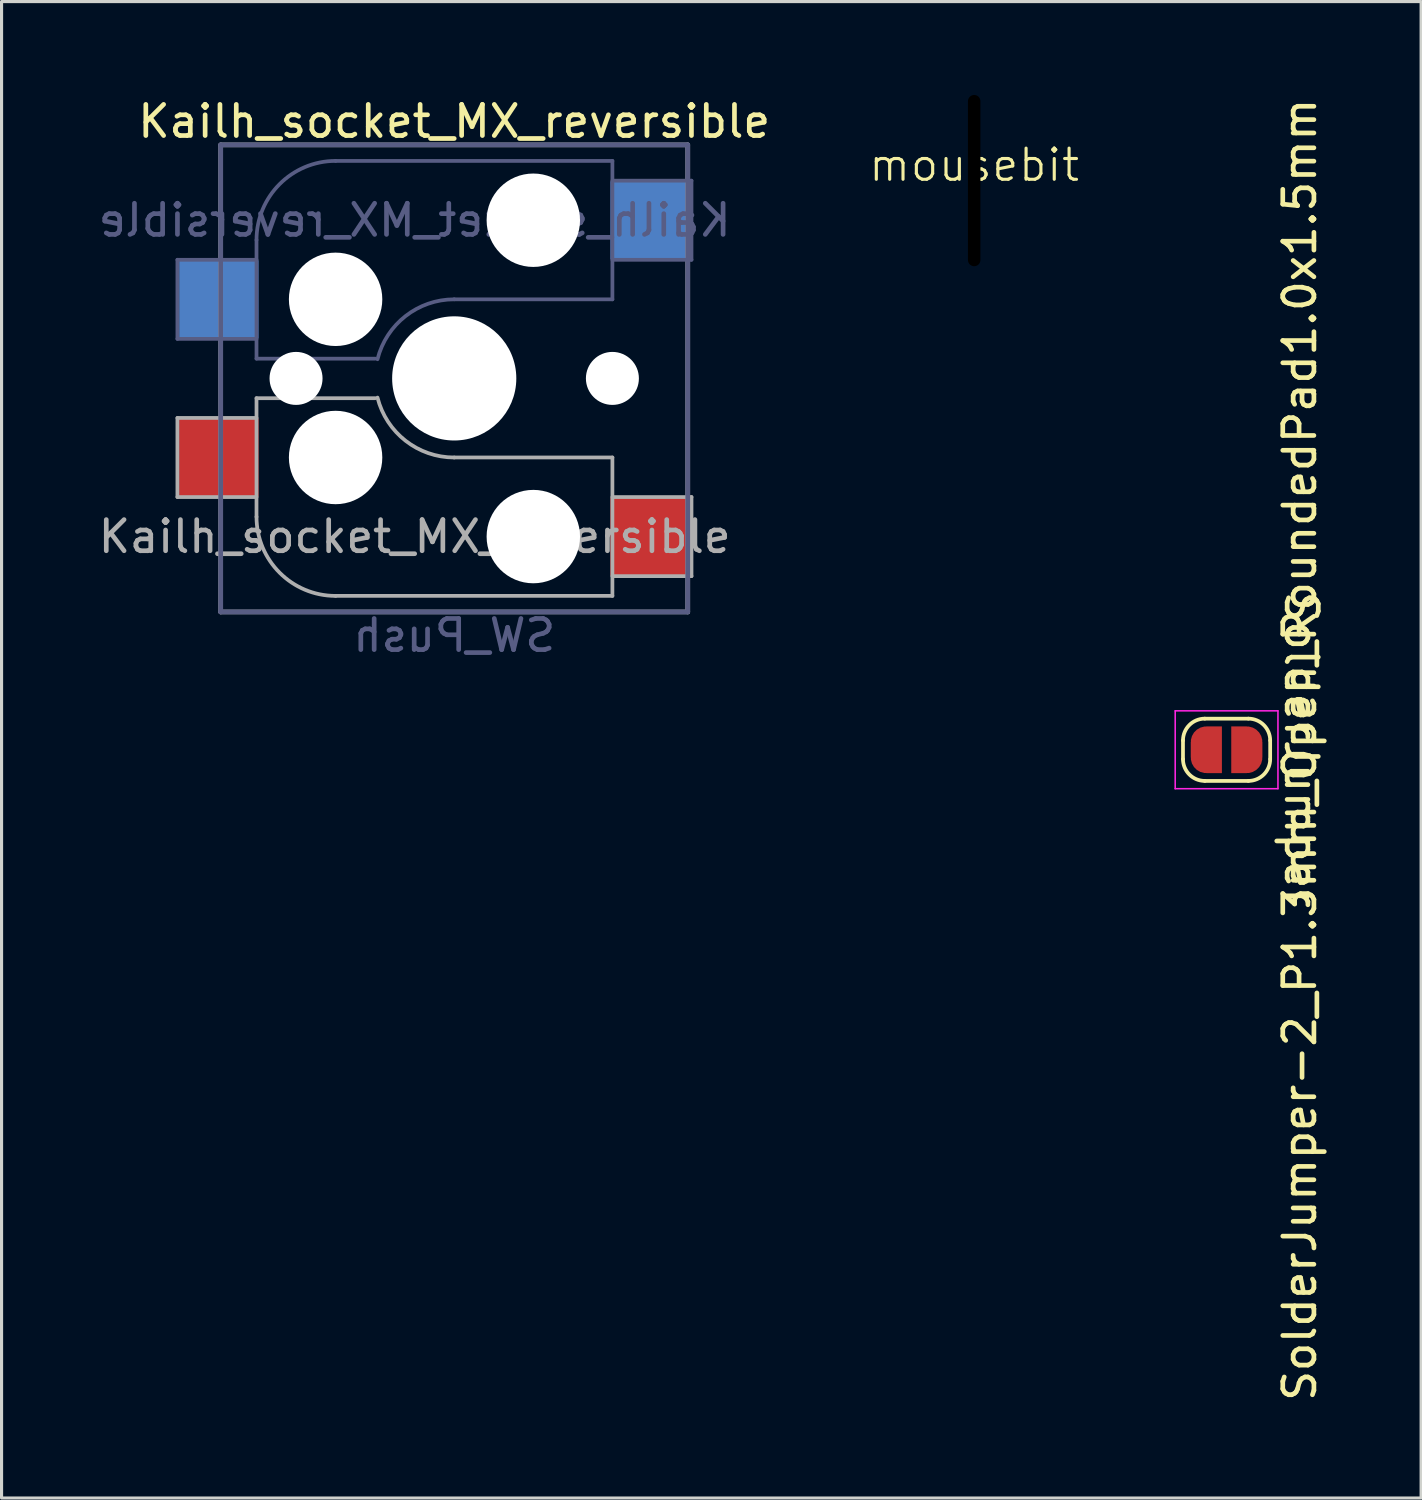
<source format=kicad_pcb>
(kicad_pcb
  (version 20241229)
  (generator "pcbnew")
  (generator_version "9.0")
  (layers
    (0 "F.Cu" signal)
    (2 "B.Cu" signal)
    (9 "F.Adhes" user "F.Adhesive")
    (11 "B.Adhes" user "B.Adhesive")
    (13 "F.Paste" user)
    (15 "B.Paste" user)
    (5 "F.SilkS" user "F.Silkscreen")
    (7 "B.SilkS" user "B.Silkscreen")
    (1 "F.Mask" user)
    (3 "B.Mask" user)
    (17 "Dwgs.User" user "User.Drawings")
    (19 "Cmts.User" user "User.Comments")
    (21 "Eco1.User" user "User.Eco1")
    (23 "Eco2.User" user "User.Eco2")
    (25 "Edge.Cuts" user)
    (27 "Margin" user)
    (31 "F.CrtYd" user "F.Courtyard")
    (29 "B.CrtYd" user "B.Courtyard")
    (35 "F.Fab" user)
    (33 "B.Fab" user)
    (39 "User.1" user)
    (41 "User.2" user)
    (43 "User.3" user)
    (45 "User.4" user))
  (footprint "SolderJumper-2_P1.3mm_Open_RoundedPad1.0x1.5mm"
    (layer "F.Cu")
    (at 36.343 21.03)
    (property "Reference" "SolderJumper-2_P1.3mm_Open_RoundedPad1.0x1.5mm" (at 2.35 0 90) (layer "F.SilkS") (effects (font (size 1 1) (thickness 0.15))))
    (attr exclude_from_pos_files)
    (fp_line (start -1.4 0.3) (end -1.4 -0.3) (stroke (width 0.12) (type solid)) (layer "F.SilkS"))
    (fp_line (start -0.7 -1) (end 0.7 -1) (stroke (width 0.12) (type solid)) (layer "F.SilkS"))
    (fp_line (start 0.7 1) (end -0.7 1) (stroke (width 0.12) (type solid)) (layer "F.SilkS"))
    (fp_line (start 1.4 -0.3) (end 1.4 0.3) (stroke (width 0.12) (type solid)) (layer "F.SilkS"))
    (fp_arc (start -1.4 -0.3) (mid -1.194975 -0.794975) (end -0.7 -1) (stroke (width 0.12) (type solid)) (layer "F.SilkS"))
    (fp_arc (start -0.7 1) (mid -1.194975 0.794975) (end -1.4 0.3) (stroke (width 0.12) (type solid)) (layer "F.SilkS"))
    (fp_arc (start 0.7 -1) (mid 1.194975 -0.794975) (end 1.4 -0.3) (stroke (width 0.12) (type solid)) (layer "F.SilkS"))
    (fp_arc (start 1.4 0.3) (mid 1.194975 0.794975) (end 0.7 1) (stroke (width 0.12) (type solid)) (layer "F.SilkS"))
    (fp_line (start -1.65 -1.25) (end -1.65 1.25) (stroke (width 0.05) (type solid)) (layer "F.CrtYd"))
    (fp_line (start -1.65 -1.25) (end 1.65 -1.25) (stroke (width 0.05) (type solid)) (layer "F.CrtYd"))
    (fp_line (start 1.65 1.25) (end -1.65 1.25) (stroke (width 0.05) (type solid)) (layer "F.CrtYd"))
    (fp_line (start 1.65 1.25) (end 1.65 -1.25) (stroke (width 0.05) (type solid)) (layer "F.CrtYd"))
    (fp_text user "SolderJumper" (at 2.4 0 270) (unlocked yes) (layer "F.SilkS") (effects (font (size 1 1) (thickness 0.15))))
    (pad "1" smd custom (at -0.65 0) (size 1 0.5) (layers "F.Cu" "F.Mask") (options (anchor rect)) (primitives (gr_circle (center 0 0.25) (end 0.5 0.25) (width 0) (fill yes)) (gr_circle (center 0 -0.25) (end 0.5 -0.25) (width 0) (fill yes)) (gr_poly (pts (xy 0.5 0.75) (xy 0 0.75) (xy 0 -0.75) (xy 0.5 -0.75)) (width 0) (fill yes))))
    (pad "2" smd custom (at 0.65 0) (size 1 0.5) (layers "F.Cu" "F.Mask") (options (anchor rect)) (primitives (gr_circle (center 0 0.25) (end 0.5 0.25) (width 0) (fill yes)) (gr_circle (center 0 -0.25) (end 0.5 -0.25) (width 0) (fill yes)) (gr_poly (pts (xy 0 0.75) (xy -0.5 0.75) (xy -0.5 -0.75) (xy 0 -0.75)) (width 0) (fill yes)))))
  (footprint "mousebit"
    (layer "F.Cu")
    (at 28.237 2.75)
    (property "Reference" "mousebit" (at 0 -0.5 0) (unlocked yes) (layer "F.SilkS") (effects (font (size 1 1) (thickness 0.1))))
    (attr smd)
    (pad "" np_thru_hole oval (at 0 0) (size 0.4 5.5) (drill oval 0.4 5.5) (layers "*.Mask")))
  (footprint "Kailh_socket_MX_reversible"
    (layer "F.Cu")
    (at 11.538 9.103)
    (property "Reference" "Kailh_socket_MX_reversible" (at 0 -8.255 0) (layer "F.SilkS") (effects (font (size 1 1) (thickness 0.15))))
    (property "Value" "SW_Push" (at 0 8.255 0) (layer "F.Fab") (hide yes) (effects (font (size 1 1) (thickness 0.15))))
    (attr smd)
    (fp_line (start -8.89 -3.81) (end -8.89 -1.27) (stroke (width 0.12) (type solid)) (layer "B.Fab"))
    (fp_line (start -8.89 -1.27) (end -6.35 -1.27) (stroke (width 0.12) (type solid)) (layer "B.Fab"))
    (fp_line (start -7.5 -7.5) (end 7.5 -7.5) (stroke (width 0.15) (type solid)) (layer "B.Fab"))
    (fp_line (start -7.5 7.5) (end -7.5 -7.5) (stroke (width 0.15) (type solid)) (layer "B.Fab"))
    (fp_line (start -6.35 -4.445) (end -6.35 -0.635) (stroke (width 0.12) (type solid)) (layer "B.Fab"))
    (fp_line (start -6.35 -3.81) (end -8.89 -3.81) (stroke (width 0.12) (type solid)) (layer "B.Fab"))
    (fp_line (start -6.35 -0.635) (end -2.54 -0.635) (stroke (width 0.12) (type solid)) (layer "B.Fab"))
    (fp_line (start 0 -2.54) (end 5.08 -2.54) (stroke (width 0.12) (type solid)) (layer "B.Fab"))
    (fp_line (start 5.08 -6.985) (end -3.81 -6.985) (stroke (width 0.12) (type solid)) (layer "B.Fab"))
    (fp_line (start 5.08 -3.81) (end 7.62 -3.81) (stroke (width 0.12) (type solid)) (layer "B.Fab"))
    (fp_line (start 5.08 -2.54) (end 5.08 -6.985) (stroke (width 0.12) (type solid)) (layer "B.Fab"))
    (fp_line (start 7.5 -7.5) (end 7.5 7.5) (stroke (width 0.15) (type solid)) (layer "B.Fab"))
    (fp_line (start 7.5 7.5) (end -7.5 7.5) (stroke (width 0.15) (type solid)) (layer "B.Fab"))
    (fp_line (start 7.62 -6.35) (end 5.08 -6.35) (stroke (width 0.12) (type solid)) (layer "B.Fab"))
    (fp_line (start 7.62 -3.81) (end 7.62 -6.35) (stroke (width 0.12) (type solid)) (layer "B.Fab"))
    (fp_arc (start -6.35 -4.445) (mid -5.606051 -6.241051) (end -3.81 -6.985) (stroke (width 0.12) (type solid)) (layer "B.Fab"))
    (fp_arc (start -2.464162 -0.61604) (mid -1.563147 -2.002042) (end 0 -2.54) (stroke (width 0.12) (type solid)) (layer "B.Fab"))
    (fp_line (start -8.89 1.27) (end -8.89 3.81) (stroke (width 0.12) (type solid)) (layer "F.Fab"))
    (fp_line (start -8.89 3.81) (end -6.35 3.81) (stroke (width 0.12) (type solid)) (layer "F.Fab"))
    (fp_line (start -7.5 -7.5) (end 7.5 -7.5) (stroke (width 0.15) (type solid)) (layer "F.Fab"))
    (fp_line (start -7.5 7.5) (end -7.5 -7.5) (stroke (width 0.15) (type solid)) (layer "F.Fab"))
    (fp_line (start -6.35 0.635) (end -2.54 0.635) (stroke (width 0.12) (type solid)) (layer "F.Fab"))
    (fp_line (start -6.35 1.27) (end -8.89 1.27) (stroke (width 0.12) (type solid)) (layer "F.Fab"))
    (fp_line (start -6.35 4.445) (end -6.35 0.635) (stroke (width 0.12) (type solid)) (layer "F.Fab"))
    (fp_line (start 0 2.54) (end 5.08 2.54) (stroke (width 0.12) (type solid)) (layer "F.Fab"))
    (fp_line (start 5.08 2.54) (end 5.08 6.985) (stroke (width 0.12) (type solid)) (layer "F.Fab"))
    (fp_line (start 5.08 6.35) (end 7.62 6.35) (stroke (width 0.12) (type solid)) (layer "F.Fab"))
    (fp_line (start 5.08 6.985) (end -3.81 6.985) (stroke (width 0.12) (type solid)) (layer "F.Fab"))
    (fp_line (start 7.5 -7.5) (end 7.5 7.5) (stroke (width 0.15) (type solid)) (layer "F.Fab"))
    (fp_line (start 7.5 7.5) (end -7.5 7.5) (stroke (width 0.15) (type solid)) (layer "F.Fab"))
    (fp_line (start 7.62 3.81) (end 5.08 3.81) (stroke (width 0.12) (type solid)) (layer "F.Fab"))
    (fp_line (start 7.62 6.35) (end 7.62 3.81) (stroke (width 0.12) (type solid)) (layer "F.Fab"))
    (fp_arc (start -3.81 6.984998) (mid -5.606051 6.241049) (end -6.35 4.444998) (stroke (width 0.12) (type solid)) (layer "F.Fab"))
    (fp_arc (start 0 2.539998) (mid -1.563147 2.00204) (end -2.464162 0.616038) (stroke (width 0.12) (type solid)) (layer "F.Fab"))
    (fp_rect (start -9 -9) (end 9 9) (stroke (width 0.1) (type default)) (fill no) (layer "User.1"))
    (fp_text user "${VALUE}" (at 0 8.255 0) (layer "B.Fab") (effects (font (size 1 1) (thickness 0.15)) (justify mirror)))
    (fp_text user "${REFERENCE}" (at -1.27 -5.08 0) (layer "B.Fab") (effects (font (size 1 1) (thickness 0.15)) (justify mirror)))
    (fp_text user "${REFERENCE}" (at -1.27 5.08 0) (layer "F.Fab") (effects (font (size 1 1) (thickness 0.15))))
    (pad "" np_thru_hole circle (at -5.08 0) (size 1.702 1.702) (drill 1.702) (layers "*.Cu" "*.Mask"))
    (pad "" np_thru_hole circle (at -3.81 -2.54) (size 3 3) (drill 3) (layers "*.Cu" "*.Mask"))
    (pad "" np_thru_hole circle (at -3.81 2.54) (size 3 3) (drill 3) (layers "*.Cu" "*.Mask"))
    (pad "" np_thru_hole circle (at 0 0) (size 3.988 3.988) (drill 3.988) (layers "*.Cu" "*.Mask"))
    (pad "" np_thru_hole circle (at 2.54 -5.08) (size 3 3) (drill 3) (layers "*.Cu" "*.Mask"))
    (pad "" np_thru_hole circle (at 2.54 5.08) (size 3 3) (drill 3) (layers "*.Cu" "*.Mask"))
    (pad "" np_thru_hole circle (at 5.08 0) (size 1.702 1.702) (drill 1.702) (layers "*.Cu" "*.Mask"))
    (pad "1" smd rect (at 6.29 -5.08) (size 2.55 2.5) (layers "B.Cu" "B.Mask" "B.Paste"))
    (pad "1" smd rect (at 6.29 5.08) (size 2.55 2.5) (layers "F.Cu" "F.Mask" "F.Paste"))
    (pad "2" smd rect (at -7.56 -2.54) (size 2.55 2.5) (layers "B.Cu" "B.Mask" "B.Paste"))
    (pad "2" smd rect (at -7.56 2.54) (size 2.55 2.5) (layers "F.Cu" "F.Mask" "F.Paste")))
  (gr_rect
    (start -3 -3)
    (end 42.591 45.06)
    (stroke (width 0.1) (type default))
    (fill no)
    (layer "Edge.Cuts")))
</source>
